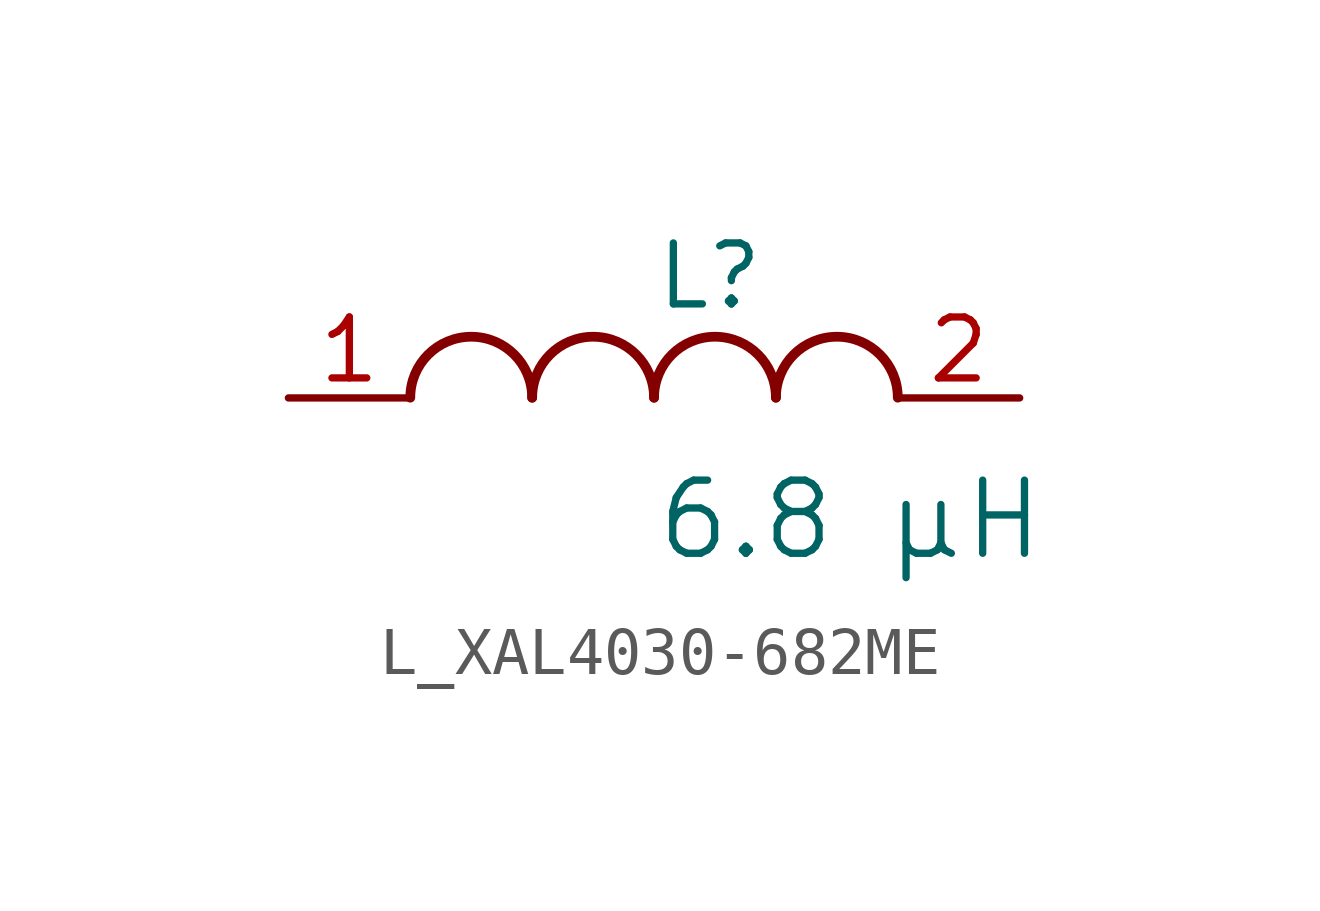
<source format=kicad_sym>
(kicad_symbol_lib
  (version 20231120)
  (generator "kicad_symbol_editor")
  (generator_version "8.0")
  (symbol "L_XAL4030-682ME"
    (pin_names
      (offset 0.254))
    (property "Reference" "L"
      (at 0 2.54 0)
      (effects (font (size 1.27 1.27)) (justify left)))
    (property "Value" "6.8 µH"
      (at 0 -2.54 0)
      (effects (font (size 1.524 1.524)) (justify left)))
    (symbol "L_XAL4030-682ME_1_1"
      (arc (start -2.54 0.0056) (mid -3.81 1.27) (end -5.08 0.0056) (stroke (width 0.2032) (type default)) (fill (type none)))
      (arc (start 0 0.0056) (mid -1.27 1.27) (end -2.54 0.0056) (stroke (width 0.2032) (type default)) (fill (type none)))
      (arc (start 2.54 0.0056) (mid 1.27 1.27) (end 0 0.0056) (stroke (width 0.2032) (type default)) (fill (type none)))
      (arc (start 5.08 0.0056) (mid 3.81 1.27) (end 2.54 0.0056) (stroke (width 0.2032) (type default)) (fill (type none)))
      (pin unspecified line (at -7.62 0 0) (length 2.54) (name "" (effects (font (size 1.27 1.27)))) (number "1" (effects (font (size 1.27 1.27)))))
      (pin unspecified line (at 7.62 0 180) (length 2.54) (name "" (effects (font (size 1.27 1.27)))) (number "2" (effects (font (size 1.27 1.27))))))))
</source>
